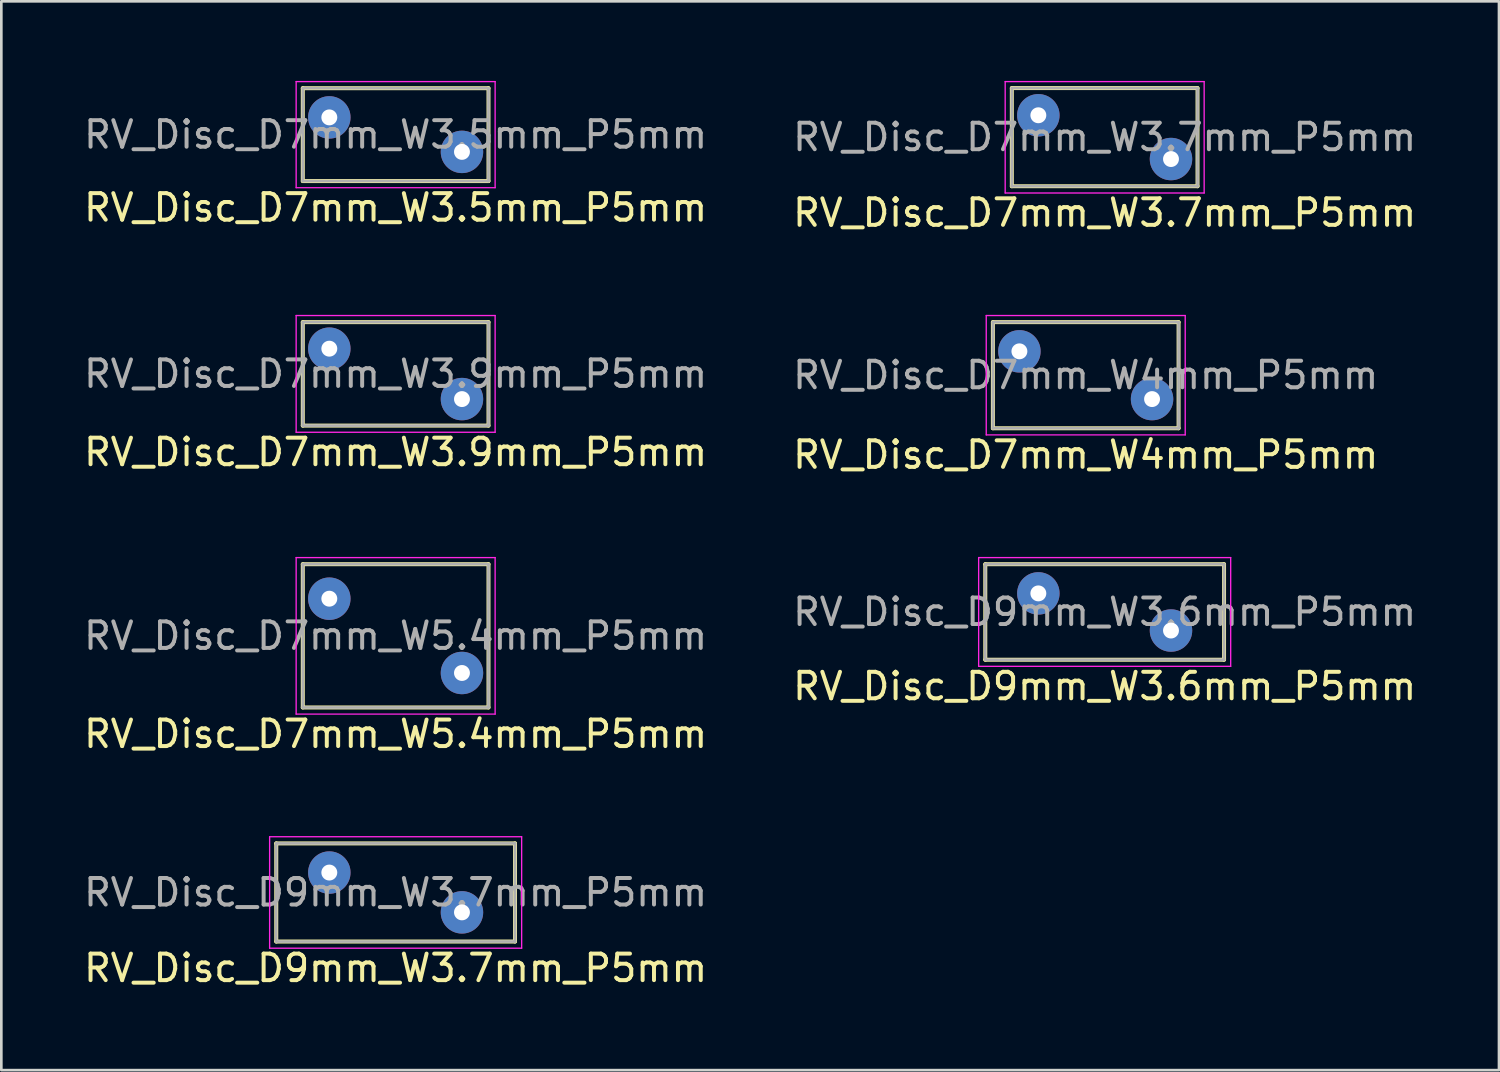
<source format=kicad_pcb>
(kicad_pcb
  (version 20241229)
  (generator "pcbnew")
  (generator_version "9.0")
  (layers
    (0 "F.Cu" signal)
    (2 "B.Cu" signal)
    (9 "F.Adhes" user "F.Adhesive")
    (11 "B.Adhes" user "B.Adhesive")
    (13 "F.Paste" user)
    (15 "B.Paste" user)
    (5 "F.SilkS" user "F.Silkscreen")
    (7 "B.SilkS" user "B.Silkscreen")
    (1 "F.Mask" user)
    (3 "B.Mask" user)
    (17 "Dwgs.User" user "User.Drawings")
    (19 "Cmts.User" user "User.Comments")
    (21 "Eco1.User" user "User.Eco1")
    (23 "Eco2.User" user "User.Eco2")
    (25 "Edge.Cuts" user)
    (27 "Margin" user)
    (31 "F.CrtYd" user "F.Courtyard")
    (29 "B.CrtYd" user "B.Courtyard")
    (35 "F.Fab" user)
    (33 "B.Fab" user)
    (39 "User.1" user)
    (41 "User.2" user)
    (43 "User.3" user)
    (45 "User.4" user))
  (footprint "RV_Disc_D7mm_W3.9mm_P5mm"
    (layer "F.Cu")
    (at 9.363 10.093)
    (property "Reference" "RV_Disc_D7mm_W3.9mm_P5mm" (at 2.5 3.9 0) (layer "F.SilkS") (effects (font (size 1 1) (thickness 0.15))))
    (attr through_hole)
    (fp_line (start -1 -1) (end -1 2.9) (stroke (width 0.15) (type solid)) (layer "F.SilkS"))
    (fp_line (start -1 -1) (end 6 -1) (stroke (width 0.15) (type solid)) (layer "F.SilkS"))
    (fp_line (start -1 2.9) (end 6 2.9) (stroke (width 0.15) (type solid)) (layer "F.SilkS"))
    (fp_line (start 6 -1) (end 6 2.9) (stroke (width 0.15) (type solid)) (layer "F.SilkS"))
    (fp_line (start -1.25 -1.25) (end -1.25 3.15) (stroke (width 0.05) (type solid)) (layer "F.CrtYd"))
    (fp_line (start -1.25 -1.25) (end 6.25 -1.25) (stroke (width 0.05) (type solid)) (layer "F.CrtYd"))
    (fp_line (start -1.25 3.15) (end 6.25 3.15) (stroke (width 0.05) (type solid)) (layer "F.CrtYd"))
    (fp_line (start 6.25 -1.25) (end 6.25 3.15) (stroke (width 0.05) (type solid)) (layer "F.CrtYd"))
    (fp_line (start -1 -1) (end -1 2.9) (stroke (width 0.1) (type solid)) (layer "F.Fab"))
    (fp_line (start -1 -1) (end 6 -1) (stroke (width 0.1) (type solid)) (layer "F.Fab"))
    (fp_line (start -1 2.9) (end 6 2.9) (stroke (width 0.1) (type solid)) (layer "F.Fab"))
    (fp_line (start 6 -1) (end 6 2.9) (stroke (width 0.1) (type solid)) (layer "F.Fab"))
    (fp_text user "${REFERENCE}" (at 2.5 0.95 0) (layer "F.Fab") (effects (font (size 1 1) (thickness 0.15))))
    (pad "1" thru_hole circle (at 0 0) (size 1.6 1.6) (drill 0.6) (layers "*.Cu" "*.Mask"))
    (pad "2" thru_hole circle (at 5 1.9) (size 1.6 1.6) (drill 0.6) (layers "*.Cu" "*.Mask")))
  (footprint "RV_Disc_D9mm_W3.6mm_P5mm"
    (layer "F.Cu")
    (at 36.089 19.317)
    (property "Reference" "RV_Disc_D9mm_W3.6mm_P5mm" (at 2.5 3.5 0) (layer "F.SilkS") (effects (font (size 1 1) (thickness 0.15))))
    (attr through_hole)
    (fp_line (start -2 -1.1) (end -2 2.5) (stroke (width 0.15) (type solid)) (layer "F.SilkS"))
    (fp_line (start -2 -1.1) (end 7 -1.1) (stroke (width 0.15) (type solid)) (layer "F.SilkS"))
    (fp_line (start -2 2.5) (end 7 2.5) (stroke (width 0.15) (type solid)) (layer "F.SilkS"))
    (fp_line (start 7 -1.1) (end 7 2.5) (stroke (width 0.15) (type solid)) (layer "F.SilkS"))
    (fp_line (start -2.25 -1.35) (end -2.25 2.75) (stroke (width 0.05) (type solid)) (layer "F.CrtYd"))
    (fp_line (start -2.25 -1.35) (end 7.25 -1.35) (stroke (width 0.05) (type solid)) (layer "F.CrtYd"))
    (fp_line (start -2.25 2.75) (end 7.25 2.75) (stroke (width 0.05) (type solid)) (layer "F.CrtYd"))
    (fp_line (start 7.25 -1.35) (end 7.25 2.75) (stroke (width 0.05) (type solid)) (layer "F.CrtYd"))
    (fp_line (start -2 -1.1) (end -2 2.5) (stroke (width 0.1) (type solid)) (layer "F.Fab"))
    (fp_line (start -2 -1.1) (end 7 -1.1) (stroke (width 0.1) (type solid)) (layer "F.Fab"))
    (fp_line (start -2 2.5) (end 7 2.5) (stroke (width 0.1) (type solid)) (layer "F.Fab"))
    (fp_line (start 7 -1.1) (end 7 2.5) (stroke (width 0.1) (type solid)) (layer "F.Fab"))
    (fp_text user "${REFERENCE}" (at 2.5 0.7 0) (layer "F.Fab") (effects (font (size 1 1) (thickness 0.15))))
    (pad "1" thru_hole circle (at 0 0) (size 1.6 1.6) (drill 0.6) (layers "*.Cu" "*.Mask"))
    (pad "2" thru_hole circle (at 5 1.4) (size 1.6 1.6) (drill 0.6) (layers "*.Cu" "*.Mask")))
  (footprint "RV_Disc_D7mm_W4mm_P5mm"
    (layer "F.Cu")
    (at 35.375 10.193)
    (property "Reference" "RV_Disc_D7mm_W4mm_P5mm" (at 2.5 3.9 0) (layer "F.SilkS") (effects (font (size 1 1) (thickness 0.15))))
    (attr through_hole)
    (fp_line (start -1 -1.1) (end -1 2.9) (stroke (width 0.15) (type solid)) (layer "F.SilkS"))
    (fp_line (start -1 -1.1) (end 6 -1.1) (stroke (width 0.15) (type solid)) (layer "F.SilkS"))
    (fp_line (start -1 2.9) (end 6 2.9) (stroke (width 0.15) (type solid)) (layer "F.SilkS"))
    (fp_line (start 6 -1.1) (end 6 2.9) (stroke (width 0.15) (type solid)) (layer "F.SilkS"))
    (fp_line (start -1.25 -1.35) (end -1.25 3.15) (stroke (width 0.05) (type solid)) (layer "F.CrtYd"))
    (fp_line (start -1.25 -1.35) (end 6.25 -1.35) (stroke (width 0.05) (type solid)) (layer "F.CrtYd"))
    (fp_line (start -1.25 3.15) (end 6.25 3.15) (stroke (width 0.05) (type solid)) (layer "F.CrtYd"))
    (fp_line (start 6.25 -1.35) (end 6.25 3.15) (stroke (width 0.05) (type solid)) (layer "F.CrtYd"))
    (fp_line (start -1 -1.1) (end -1 2.9) (stroke (width 0.1) (type solid)) (layer "F.Fab"))
    (fp_line (start -1 -1.1) (end 6 -1.1) (stroke (width 0.1) (type solid)) (layer "F.Fab"))
    (fp_line (start -1 2.9) (end 6 2.9) (stroke (width 0.1) (type solid)) (layer "F.Fab"))
    (fp_line (start 6 -1.1) (end 6 2.9) (stroke (width 0.1) (type solid)) (layer "F.Fab"))
    (fp_text user "${REFERENCE}" (at 2.5 0.9 0) (layer "F.Fab") (effects (font (size 1 1) (thickness 0.15))))
    (pad "1" thru_hole circle (at 0 0) (size 1.6 1.6) (drill 0.6) (layers "*.Cu" "*.Mask"))
    (pad "2" thru_hole circle (at 5 1.8) (size 1.6 1.6) (drill 0.6) (layers "*.Cu" "*.Mask")))
  (footprint "RV_Disc_D7mm_W5.4mm_P5mm"
    (layer "F.Cu")
    (at 9.363 19.517)
    (property "Reference" "RV_Disc_D7mm_W5.4mm_P5mm" (at 2.5 5.1 0) (layer "F.SilkS") (effects (font (size 1 1) (thickness 0.15))))
    (attr through_hole)
    (fp_line (start -1 -1.3) (end -1 4.1) (stroke (width 0.15) (type solid)) (layer "F.SilkS"))
    (fp_line (start -1 -1.3) (end 6 -1.3) (stroke (width 0.15) (type solid)) (layer "F.SilkS"))
    (fp_line (start -1 4.1) (end 6 4.1) (stroke (width 0.15) (type solid)) (layer "F.SilkS"))
    (fp_line (start 6 -1.3) (end 6 4.1) (stroke (width 0.15) (type solid)) (layer "F.SilkS"))
    (fp_line (start -1.25 -1.55) (end -1.25 4.35) (stroke (width 0.05) (type solid)) (layer "F.CrtYd"))
    (fp_line (start -1.25 -1.55) (end 6.25 -1.55) (stroke (width 0.05) (type solid)) (layer "F.CrtYd"))
    (fp_line (start -1.25 4.35) (end 6.25 4.35) (stroke (width 0.05) (type solid)) (layer "F.CrtYd"))
    (fp_line (start 6.25 -1.55) (end 6.25 4.35) (stroke (width 0.05) (type solid)) (layer "F.CrtYd"))
    (fp_line (start -1 -1.3) (end -1 4.1) (stroke (width 0.1) (type solid)) (layer "F.Fab"))
    (fp_line (start -1 -1.3) (end 6 -1.3) (stroke (width 0.1) (type solid)) (layer "F.Fab"))
    (fp_line (start -1 4.1) (end 6 4.1) (stroke (width 0.1) (type solid)) (layer "F.Fab"))
    (fp_line (start 6 -1.3) (end 6 4.1) (stroke (width 0.1) (type solid)) (layer "F.Fab"))
    (fp_text user "${REFERENCE}" (at 2.5 1.4 0) (layer "F.Fab") (effects (font (size 1 1) (thickness 0.15))))
    (pad "1" thru_hole circle (at 0 0) (size 1.6 1.6) (drill 0.6) (layers "*.Cu" "*.Mask"))
    (pad "2" thru_hole circle (at 5 2.8) (size 1.6 1.6) (drill 0.6) (layers "*.Cu" "*.Mask")))
  (footprint "RV_Disc_D7mm_W3.5mm_P5mm"
    (layer "F.Cu")
    (at 9.363 1.375)
    (property "Reference" "RV_Disc_D7mm_W3.5mm_P5mm" (at 2.5 3.4 0) (layer "F.SilkS") (effects (font (size 1 1) (thickness 0.15))))
    (attr through_hole)
    (fp_line (start -1 -1.1) (end -1 2.4) (stroke (width 0.15) (type solid)) (layer "F.SilkS"))
    (fp_line (start -1 -1.1) (end 6 -1.1) (stroke (width 0.15) (type solid)) (layer "F.SilkS"))
    (fp_line (start -1 2.4) (end 6 2.4) (stroke (width 0.15) (type solid)) (layer "F.SilkS"))
    (fp_line (start 6 -1.1) (end 6 2.4) (stroke (width 0.15) (type solid)) (layer "F.SilkS"))
    (fp_line (start -1.25 -1.35) (end -1.25 2.65) (stroke (width 0.05) (type solid)) (layer "F.CrtYd"))
    (fp_line (start -1.25 -1.35) (end 6.25 -1.35) (stroke (width 0.05) (type solid)) (layer "F.CrtYd"))
    (fp_line (start -1.25 2.65) (end 6.25 2.65) (stroke (width 0.05) (type solid)) (layer "F.CrtYd"))
    (fp_line (start 6.25 -1.35) (end 6.25 2.65) (stroke (width 0.05) (type solid)) (layer "F.CrtYd"))
    (fp_line (start -1 -1.1) (end -1 2.4) (stroke (width 0.1) (type solid)) (layer "F.Fab"))
    (fp_line (start -1 -1.1) (end 6 -1.1) (stroke (width 0.1) (type solid)) (layer "F.Fab"))
    (fp_line (start -1 2.4) (end 6 2.4) (stroke (width 0.1) (type solid)) (layer "F.Fab"))
    (fp_line (start 6 -1.1) (end 6 2.4) (stroke (width 0.1) (type solid)) (layer "F.Fab"))
    (fp_text user "${REFERENCE}" (at 2.5 0.65 0) (layer "F.Fab") (effects (font (size 1 1) (thickness 0.15))))
    (pad "1" thru_hole circle (at 0 0) (size 1.6 1.6) (drill 0.6) (layers "*.Cu" "*.Mask"))
    (pad "2" thru_hole circle (at 5 1.3) (size 1.6 1.6) (drill 0.6) (layers "*.Cu" "*.Mask")))
  (footprint "RV_Disc_D7mm_W3.7mm_P5mm"
    (layer "F.Cu")
    (at 36.089 1.295)
    (property "Reference" "RV_Disc_D7mm_W3.7mm_P5mm" (at 2.5 3.675 0) (layer "F.SilkS") (effects (font (size 1 1) (thickness 0.15))))
    (attr through_hole)
    (fp_line (start -1 -1.025) (end -1 2.675) (stroke (width 0.15) (type solid)) (layer "F.SilkS"))
    (fp_line (start -1 -1.025) (end 6 -1.025) (stroke (width 0.15) (type solid)) (layer "F.SilkS"))
    (fp_line (start -1 2.675) (end 6 2.675) (stroke (width 0.15) (type solid)) (layer "F.SilkS"))
    (fp_line (start 6 -1.025) (end 6 2.675) (stroke (width 0.15) (type solid)) (layer "F.SilkS"))
    (fp_line (start -1.25 -1.27) (end -1.25 2.93) (stroke (width 0.05) (type solid)) (layer "F.CrtYd"))
    (fp_line (start -1.25 -1.27) (end 6.25 -1.27) (stroke (width 0.05) (type solid)) (layer "F.CrtYd"))
    (fp_line (start -1.25 2.93) (end 6.25 2.93) (stroke (width 0.05) (type solid)) (layer "F.CrtYd"))
    (fp_line (start 6.25 -1.27) (end 6.25 2.93) (stroke (width 0.05) (type solid)) (layer "F.CrtYd"))
    (fp_line (start -1 -1.025) (end -1 2.675) (stroke (width 0.1) (type solid)) (layer "F.Fab"))
    (fp_line (start -1 -1.025) (end 6 -1.025) (stroke (width 0.1) (type solid)) (layer "F.Fab"))
    (fp_line (start -1 2.675) (end 6 2.675) (stroke (width 0.1) (type solid)) (layer "F.Fab"))
    (fp_line (start 6 -1.025) (end 6 2.675) (stroke (width 0.1) (type solid)) (layer "F.Fab"))
    (fp_text user "${REFERENCE}" (at 2.5 0.825 0) (layer "F.Fab") (effects (font (size 1 1) (thickness 0.15))))
    (pad "1" thru_hole circle (at 0 0) (size 1.6 1.6) (drill 0.6) (layers "*.Cu" "*.Mask"))
    (pad "2" thru_hole circle (at 5 1.65) (size 1.6 1.6) (drill 0.6) (layers "*.Cu" "*.Mask")))
  (footprint "RV_Disc_D9mm_W3.7mm_P5mm"
    (layer "F.Cu")
    (at 9.363 29.84)
    (property "Reference" "RV_Disc_D9mm_W3.7mm_P5mm" (at 2.5 3.6 0) (layer "F.SilkS") (effects (font (size 1 1) (thickness 0.15))))
    (attr through_hole)
    (fp_line (start -2 -1.1) (end -2 2.6) (stroke (width 0.15) (type solid)) (layer "F.SilkS"))
    (fp_line (start -2 -1.1) (end 7 -1.1) (stroke (width 0.15) (type solid)) (layer "F.SilkS"))
    (fp_line (start -2 2.6) (end 7 2.6) (stroke (width 0.15) (type solid)) (layer "F.SilkS"))
    (fp_line (start 7 -1.1) (end 7 2.6) (stroke (width 0.15) (type solid)) (layer "F.SilkS"))
    (fp_line (start -2.25 -1.35) (end -2.25 2.85) (stroke (width 0.05) (type solid)) (layer "F.CrtYd"))
    (fp_line (start -2.25 -1.35) (end 7.25 -1.35) (stroke (width 0.05) (type solid)) (layer "F.CrtYd"))
    (fp_line (start -2.25 2.85) (end 7.25 2.85) (stroke (width 0.05) (type solid)) (layer "F.CrtYd"))
    (fp_line (start 7.25 -1.35) (end 7.25 2.85) (stroke (width 0.05) (type solid)) (layer "F.CrtYd"))
    (fp_line (start -2 -1.1) (end -2 2.6) (stroke (width 0.1) (type solid)) (layer "F.Fab"))
    (fp_line (start -2 -1.1) (end 7 -1.1) (stroke (width 0.1) (type solid)) (layer "F.Fab"))
    (fp_line (start -2 2.6) (end 7 2.6) (stroke (width 0.1) (type solid)) (layer "F.Fab"))
    (fp_line (start 7 -1.1) (end 7 2.6) (stroke (width 0.1) (type solid)) (layer "F.Fab"))
    (fp_text user "${REFERENCE}" (at 2.5 0.75 0) (layer "F.Fab") (effects (font (size 1 1) (thickness 0.15))))
    (pad "1" thru_hole circle (at 0 0) (size 1.6 1.6) (drill 0.6) (layers "*.Cu" "*.Mask"))
    (pad "2" thru_hole circle (at 5 1.5) (size 1.6 1.6) (drill 0.6) (layers "*.Cu" "*.Mask")))
  (gr_rect
    (start -3 -3)
    (end 53.452 37.288)
    (stroke (width 0.1) (type default))
    (fill no)
    (layer "Edge.Cuts")))
</source>
